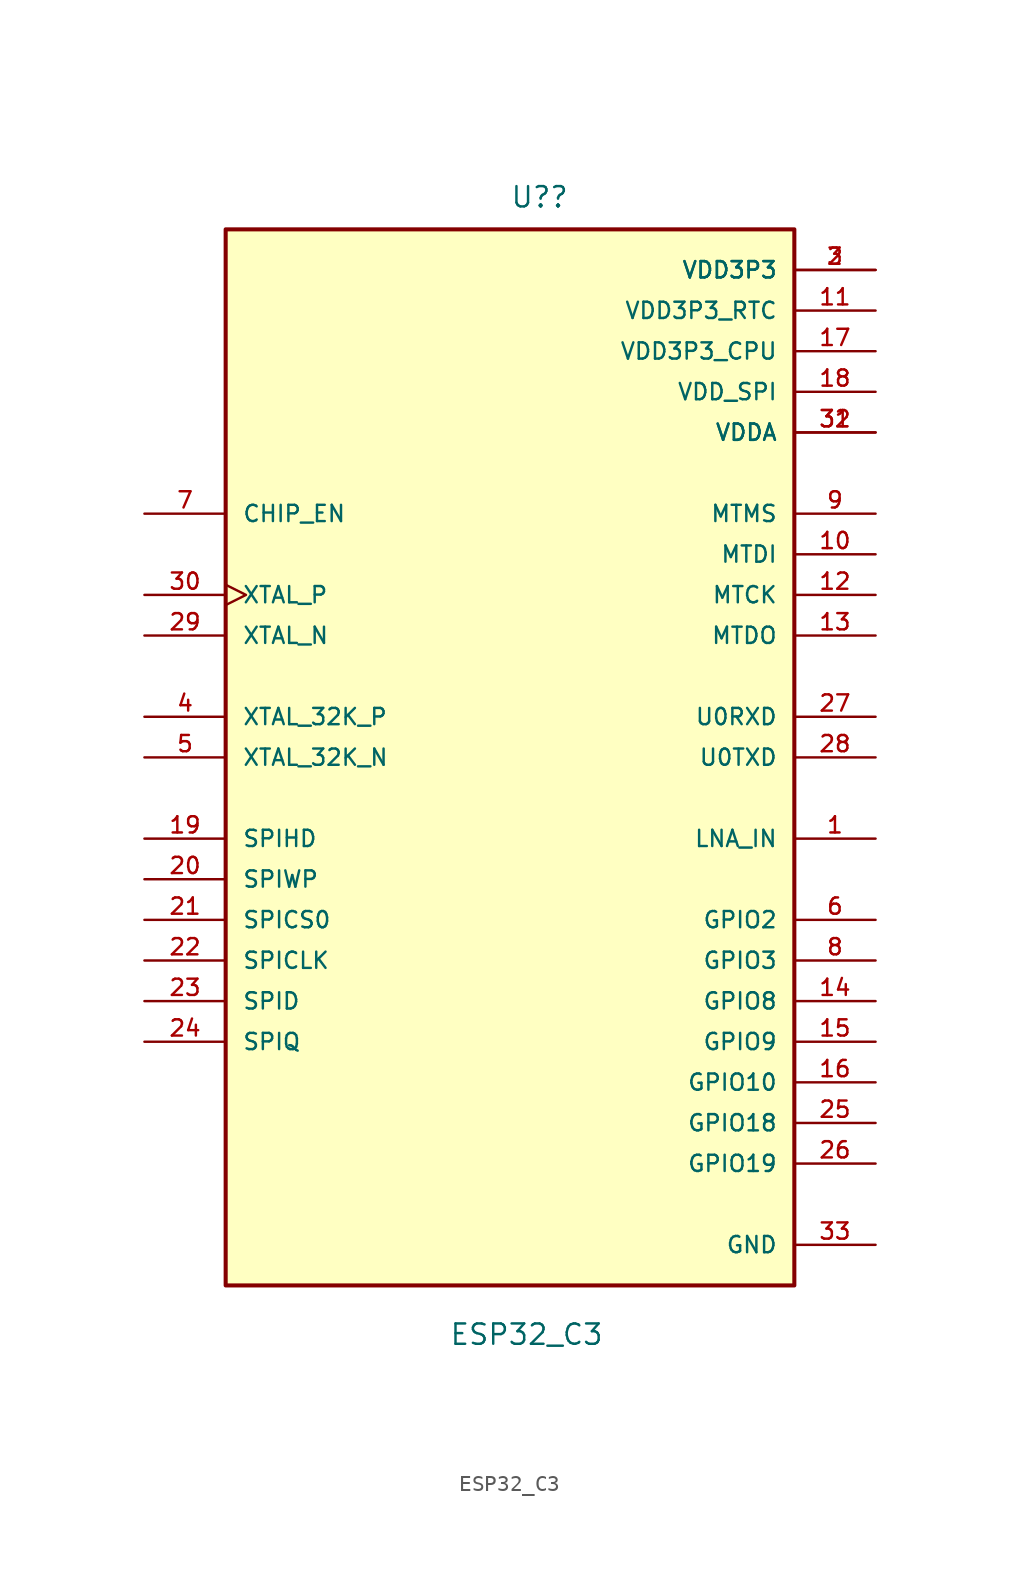
<source format=kicad_sym>
(kicad_symbol_lib
  (version 20211014)
  (generator kicad_symbol_editor)
  (symbol "ESP32_C3"
    (pin_names
      (offset 1.016))
    (property "Reference" "U?"
      (at 0 34.29 0)
      (effects (font (size 1.27 1.27)) (justify left bottom)))
    (property "Value" "ESP32_C3"
      (at -3.81 -36.83 0)
      (effects (font (size 1.27 1.27)) (justify left bottom)))
    (symbol "ESP32_C3_0_0"
      (rectangle (start -17.78 -33.02) (end 17.78 33.02) (stroke (width 0.254) (type default) (color 0 0 0 0)) (fill (type background)))
      (pin bidirectional line (at 22.86 -5.08 180) (length 5.08) (name "LNA_IN" (effects (font (size 1.016 1.016)))) (number "1" (effects (font (size 1.016 1.016)))))
      (pin bidirectional line (at 22.86 12.7 180) (length 5.08) (name "MTDI" (effects (font (size 1.016 1.016)))) (number "10" (effects (font (size 1.016 1.016)))))
      (pin power_in line (at 22.86 27.94 180) (length 5.08) (name "VDD3P3_RTC" (effects (font (size 1.016 1.016)))) (number "11" (effects (font (size 1.016 1.016)))))
      (pin bidirectional line (at 22.86 10.16 180) (length 5.08) (name "MTCK" (effects (font (size 1.016 1.016)))) (number "12" (effects (font (size 1.016 1.016)))))
      (pin bidirectional line (at 22.86 7.62 180) (length 5.08) (name "MTDO" (effects (font (size 1.016 1.016)))) (number "13" (effects (font (size 1.016 1.016)))))
      (pin bidirectional line (at 22.86 -15.24 180) (length 5.08) (name "GPIO8" (effects (font (size 1.016 1.016)))) (number "14" (effects (font (size 1.016 1.016)))))
      (pin bidirectional line (at 22.86 -17.78 180) (length 5.08) (name "GPIO9" (effects (font (size 1.016 1.016)))) (number "15" (effects (font (size 1.016 1.016)))))
      (pin bidirectional line (at 22.86 -20.32 180) (length 5.08) (name "GPIO10" (effects (font (size 1.016 1.016)))) (number "16" (effects (font (size 1.016 1.016)))))
      (pin power_in line (at 22.86 25.4 180) (length 5.08) (name "VDD3P3_CPU" (effects (font (size 1.016 1.016)))) (number "17" (effects (font (size 1.016 1.016)))))
      (pin power_in line (at 22.86 22.86 180) (length 5.08) (name "VDD_SPI" (effects (font (size 1.016 1.016)))) (number "18" (effects (font (size 1.016 1.016)))))
      (pin bidirectional line (at -22.86 -5.08 0) (length 5.08) (name "SPIHD" (effects (font (size 1.016 1.016)))) (number "19" (effects (font (size 1.016 1.016)))))
      (pin power_in line (at 22.86 30.48 180) (length 5.08) (name "VDD3P3" (effects (font (size 1.016 1.016)))) (number "2" (effects (font (size 1.016 1.016)))))
      (pin bidirectional line (at -22.86 -7.62 0) (length 5.08) (name "SPIWP" (effects (font (size 1.016 1.016)))) (number "20" (effects (font (size 1.016 1.016)))))
      (pin bidirectional line (at -22.86 -10.16 0) (length 5.08) (name "SPICS0" (effects (font (size 1.016 1.016)))) (number "21" (effects (font (size 1.016 1.016)))))
      (pin bidirectional line (at -22.86 -12.7 0) (length 5.08) (name "SPICLK" (effects (font (size 1.016 1.016)))) (number "22" (effects (font (size 1.016 1.016)))))
      (pin bidirectional line (at -22.86 -15.24 0) (length 5.08) (name "SPID" (effects (font (size 1.016 1.016)))) (number "23" (effects (font (size 1.016 1.016)))))
      (pin bidirectional line (at -22.86 -17.78 0) (length 5.08) (name "SPIQ" (effects (font (size 1.016 1.016)))) (number "24" (effects (font (size 1.016 1.016)))))
      (pin bidirectional line (at 22.86 -22.86 180) (length 5.08) (name "GPIO18" (effects (font (size 1.016 1.016)))) (number "25" (effects (font (size 1.016 1.016)))))
      (pin bidirectional line (at 22.86 -25.4 180) (length 5.08) (name "GPIO19" (effects (font (size 1.016 1.016)))) (number "26" (effects (font (size 1.016 1.016)))))
      (pin bidirectional line (at 22.86 2.54 180) (length 5.08) (name "U0RXD" (effects (font (size 1.016 1.016)))) (number "27" (effects (font (size 1.016 1.016)))))
      (pin bidirectional line (at 22.86 0 180) (length 5.08) (name "U0TXD" (effects (font (size 1.016 1.016)))) (number "28" (effects (font (size 1.016 1.016)))))
      (pin output line (at -22.86 7.62 0) (length 5.08) (name "XTAL_N" (effects (font (size 1.016 1.016)))) (number "29" (effects (font (size 1.016 1.016)))))
      (pin power_in line (at 22.86 30.48 180) (length 5.08) (name "VDD3P3" (effects (font (size 1.016 1.016)))) (number "3" (effects (font (size 1.016 1.016)))))
      (pin input clock (at -22.86 10.16 0) (length 5.08) (name "XTAL_P" (effects (font (size 1.016 1.016)))) (number "30" (effects (font (size 1.016 1.016)))))
      (pin power_in line (at 22.86 20.32 180) (length 5.08) (name "VDDA" (effects (font (size 1.016 1.016)))) (number "31" (effects (font (size 1.016 1.016)))))
      (pin power_in line (at 22.86 20.32 180) (length 5.08) (name "VDDA" (effects (font (size 1.016 1.016)))) (number "32" (effects (font (size 1.016 1.016)))))
      (pin power_in line (at 22.86 -30.48 180) (length 5.08) (name "GND" (effects (font (size 1.016 1.016)))) (number "33" (effects (font (size 1.016 1.016)))))
      (pin bidirectional line (at -22.86 2.54 0) (length 5.08) (name "XTAL_32K_P" (effects (font (size 1.016 1.016)))) (number "4" (effects (font (size 1.016 1.016)))))
      (pin bidirectional line (at -22.86 0 0) (length 5.08) (name "XTAL_32K_N" (effects (font (size 1.016 1.016)))) (number "5" (effects (font (size 1.016 1.016)))))
      (pin bidirectional line (at 22.86 -10.16 180) (length 5.08) (name "GPIO2" (effects (font (size 1.016 1.016)))) (number "6" (effects (font (size 1.016 1.016)))))
      (pin input line (at -22.86 15.24 0) (length 5.08) (name "CHIP_EN" (effects (font (size 1.016 1.016)))) (number "7" (effects (font (size 1.016 1.016)))))
      (pin bidirectional line (at 22.86 -12.7 180) (length 5.08) (name "GPIO3" (effects (font (size 1.016 1.016)))) (number "8" (effects (font (size 1.016 1.016)))))
      (pin bidirectional line (at 22.86 15.24 180) (length 5.08) (name "MTMS" (effects (font (size 1.016 1.016)))) (number "9" (effects (font (size 1.016 1.016))))))))
</source>
